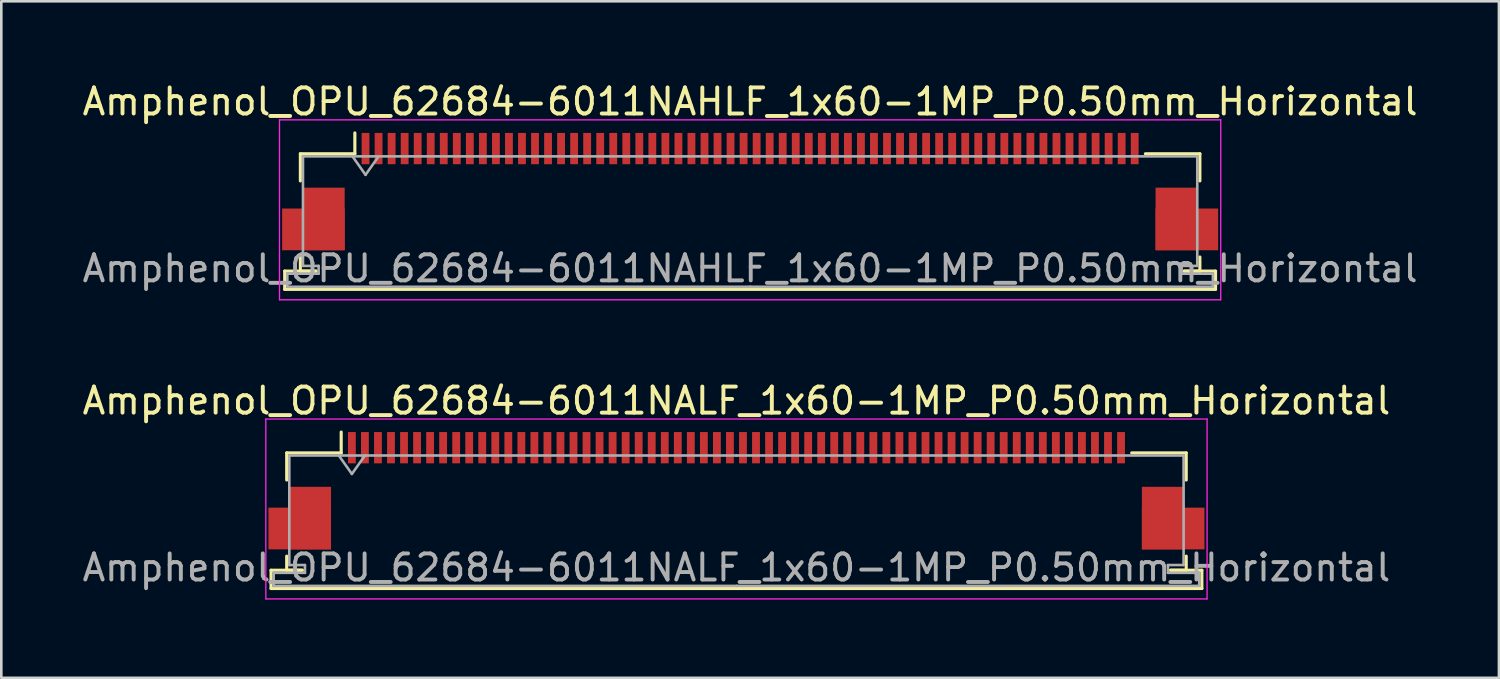
<source format=kicad_pcb>
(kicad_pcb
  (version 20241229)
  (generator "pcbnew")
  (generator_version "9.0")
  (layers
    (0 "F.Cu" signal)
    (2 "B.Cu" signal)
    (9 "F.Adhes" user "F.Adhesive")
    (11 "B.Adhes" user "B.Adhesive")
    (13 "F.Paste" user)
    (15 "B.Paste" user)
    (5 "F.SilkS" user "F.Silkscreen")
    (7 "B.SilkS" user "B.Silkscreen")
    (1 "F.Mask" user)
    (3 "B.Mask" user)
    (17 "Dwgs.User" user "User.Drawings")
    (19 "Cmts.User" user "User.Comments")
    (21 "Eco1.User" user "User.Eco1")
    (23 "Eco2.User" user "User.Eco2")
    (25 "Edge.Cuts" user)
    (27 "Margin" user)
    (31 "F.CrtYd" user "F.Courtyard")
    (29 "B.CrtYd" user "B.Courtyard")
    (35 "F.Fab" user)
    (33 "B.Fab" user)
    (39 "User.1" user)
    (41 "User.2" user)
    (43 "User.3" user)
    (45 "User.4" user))
  (footprint "Amphenol_OPU_62684-6011NALF_1x60-1MP_P0.50mm_Horizontal"
    (layer "F.Cu")
    (at 25.196 15.771)
    (property "Reference" "Amphenol_OPU_62684-6011NALF_1x60-1MP_P0.50mm_Horizontal" (at 0 -3.45 0) (layer "F.SilkS") (effects (font (size 1 1) (thickness 0.15))))
    (attr smd)
    (fp_line (start -17.85 3.05) (end -17.85 3.75) (stroke (width 0.12) (type solid)) (layer "F.SilkS"))
    (fp_line (start -17.85 3.75) (end 17.85 3.75) (stroke (width 0.12) (type solid)) (layer "F.SilkS"))
    (fp_line (start -17.25 -1.45) (end -17.25 -0.41) (stroke (width 0.12) (type solid)) (layer "F.SilkS"))
    (fp_line (start -17.25 2.51) (end -17.25 3.05) (stroke (width 0.12) (type solid)) (layer "F.SilkS"))
    (fp_line (start -17.25 3.05) (end -16.65 3.05) (stroke (width 0.12) (type solid)) (layer "F.SilkS"))
    (fp_line (start -16.65 3.05) (end -17.85 3.05) (stroke (width 0.12) (type solid)) (layer "F.SilkS"))
    (fp_line (start -15.16 -1.45) (end -17.25 -1.45) (stroke (width 0.12) (type solid)) (layer "F.SilkS"))
    (fp_line (start -15.16 -1.45) (end -15.16 -2.25) (stroke (width 0.12) (type solid)) (layer "F.SilkS"))
    (fp_line (start 15.16 -1.45) (end 17.25 -1.45) (stroke (width 0.12) (type solid)) (layer "F.SilkS"))
    (fp_line (start 16.65 3.05) (end 17.25 3.05) (stroke (width 0.12) (type solid)) (layer "F.SilkS"))
    (fp_line (start 17.25 -1.45) (end 17.25 -0.41) (stroke (width 0.12) (type solid)) (layer "F.SilkS"))
    (fp_line (start 17.25 3.05) (end 17.25 2.51) (stroke (width 0.12) (type solid)) (layer "F.SilkS"))
    (fp_line (start 17.85 3.05) (end 16.65 3.05) (stroke (width 0.12) (type solid)) (layer "F.SilkS"))
    (fp_line (start 17.85 3.75) (end 17.85 3.05) (stroke (width 0.12) (type solid)) (layer "F.SilkS"))
    (fp_line (start -18.05 -2.75) (end -18.05 4.15) (stroke (width 0.05) (type solid)) (layer "F.CrtYd"))
    (fp_line (start -18.05 4.15) (end 18.05 4.15) (stroke (width 0.05) (type solid)) (layer "F.CrtYd"))
    (fp_line (start 18.05 -2.75) (end -18.05 -2.75) (stroke (width 0.05) (type solid)) (layer "F.CrtYd"))
    (fp_line (start 18.05 4.15) (end 18.05 -2.75) (stroke (width 0.05) (type solid)) (layer "F.CrtYd"))
    (fp_line (start -17.75 3.15) (end -17.75 3.65) (stroke (width 0.1) (type solid)) (layer "F.Fab"))
    (fp_line (start -17.75 3.65) (end 0 3.65) (stroke (width 0.1) (type solid)) (layer "F.Fab"))
    (fp_line (start -17.15 -1.35) (end -17.15 2.85) (stroke (width 0.1) (type solid)) (layer "F.Fab"))
    (fp_line (start -17.15 2.85) (end -16.55 2.85) (stroke (width 0.1) (type solid)) (layer "F.Fab"))
    (fp_line (start -16.55 2.85) (end -16.55 3.15) (stroke (width 0.1) (type solid)) (layer "F.Fab"))
    (fp_line (start -16.55 3.15) (end -17.75 3.15) (stroke (width 0.1) (type solid)) (layer "F.Fab"))
    (fp_line (start -15.25 -1.35) (end -14.75 -0.643) (stroke (width 0.1) (type solid)) (layer "F.Fab"))
    (fp_line (start -14.75 -0.643) (end -14.25 -1.35) (stroke (width 0.1) (type solid)) (layer "F.Fab"))
    (fp_line (start 0 -1.35) (end -17.15 -1.35) (stroke (width 0.1) (type solid)) (layer "F.Fab"))
    (fp_line (start 0 -1.35) (end 17.15 -1.35) (stroke (width 0.1) (type solid)) (layer "F.Fab"))
    (fp_line (start 16.55 2.85) (end 16.55 3.15) (stroke (width 0.1) (type solid)) (layer "F.Fab"))
    (fp_line (start 16.55 3.15) (end 17.75 3.15) (stroke (width 0.1) (type solid)) (layer "F.Fab"))
    (fp_line (start 17.15 -1.35) (end 17.15 2.85) (stroke (width 0.1) (type solid)) (layer "F.Fab"))
    (fp_line (start 17.15 2.85) (end 16.55 2.85) (stroke (width 0.1) (type solid)) (layer "F.Fab"))
    (fp_line (start 17.75 3.15) (end 17.75 3.65) (stroke (width 0.1) (type solid)) (layer "F.Fab"))
    (fp_line (start 17.75 3.65) (end 0 3.65) (stroke (width 0.1) (type solid)) (layer "F.Fab"))
    (fp_text user "${REFERENCE}" (at 0 2.95 0) (layer "F.Fab") (effects (font (size 1 1) (thickness 0.15))))
    (pad "1" smd rect (at -14.75 -1.65) (size 0.3 1.2) (layers "F.Cu" "F.Mask" "F.Paste"))
    (pad "2" smd rect (at -14.25 -1.65) (size 0.3 1.2) (layers "F.Cu" "F.Mask" "F.Paste"))
    (pad "3" smd rect (at -13.75 -1.65) (size 0.3 1.2) (layers "F.Cu" "F.Mask" "F.Paste"))
    (pad "4" smd rect (at -13.25 -1.65) (size 0.3 1.2) (layers "F.Cu" "F.Mask" "F.Paste"))
    (pad "5" smd rect (at -12.75 -1.65) (size 0.3 1.2) (layers "F.Cu" "F.Mask" "F.Paste"))
    (pad "6" smd rect (at -12.25 -1.65) (size 0.3 1.2) (layers "F.Cu" "F.Mask" "F.Paste"))
    (pad "7" smd rect (at -11.75 -1.65) (size 0.3 1.2) (layers "F.Cu" "F.Mask" "F.Paste"))
    (pad "8" smd rect (at -11.25 -1.65) (size 0.3 1.2) (layers "F.Cu" "F.Mask" "F.Paste"))
    (pad "9" smd rect (at -10.75 -1.65) (size 0.3 1.2) (layers "F.Cu" "F.Mask" "F.Paste"))
    (pad "10" smd rect (at -10.25 -1.65) (size 0.3 1.2) (layers "F.Cu" "F.Mask" "F.Paste"))
    (pad "11" smd rect (at -9.75 -1.65) (size 0.3 1.2) (layers "F.Cu" "F.Mask" "F.Paste"))
    (pad "12" smd rect (at -9.25 -1.65) (size 0.3 1.2) (layers "F.Cu" "F.Mask" "F.Paste"))
    (pad "13" smd rect (at -8.75 -1.65) (size 0.3 1.2) (layers "F.Cu" "F.Mask" "F.Paste"))
    (pad "14" smd rect (at -8.25 -1.65) (size 0.3 1.2) (layers "F.Cu" "F.Mask" "F.Paste"))
    (pad "15" smd rect (at -7.75 -1.65) (size 0.3 1.2) (layers "F.Cu" "F.Mask" "F.Paste"))
    (pad "16" smd rect (at -7.25 -1.65) (size 0.3 1.2) (layers "F.Cu" "F.Mask" "F.Paste"))
    (pad "17" smd rect (at -6.75 -1.65) (size 0.3 1.2) (layers "F.Cu" "F.Mask" "F.Paste"))
    (pad "18" smd rect (at -6.25 -1.65) (size 0.3 1.2) (layers "F.Cu" "F.Mask" "F.Paste"))
    (pad "19" smd rect (at -5.75 -1.65) (size 0.3 1.2) (layers "F.Cu" "F.Mask" "F.Paste"))
    (pad "20" smd rect (at -5.25 -1.65) (size 0.3 1.2) (layers "F.Cu" "F.Mask" "F.Paste"))
    (pad "21" smd rect (at -4.75 -1.65) (size 0.3 1.2) (layers "F.Cu" "F.Mask" "F.Paste"))
    (pad "22" smd rect (at -4.25 -1.65) (size 0.3 1.2) (layers "F.Cu" "F.Mask" "F.Paste"))
    (pad "23" smd rect (at -3.75 -1.65) (size 0.3 1.2) (layers "F.Cu" "F.Mask" "F.Paste"))
    (pad "24" smd rect (at -3.25 -1.65) (size 0.3 1.2) (layers "F.Cu" "F.Mask" "F.Paste"))
    (pad "25" smd rect (at -2.75 -1.65) (size 0.3 1.2) (layers "F.Cu" "F.Mask" "F.Paste"))
    (pad "26" smd rect (at -2.25 -1.65) (size 0.3 1.2) (layers "F.Cu" "F.Mask" "F.Paste"))
    (pad "27" smd rect (at -1.75 -1.65) (size 0.3 1.2) (layers "F.Cu" "F.Mask" "F.Paste"))
    (pad "28" smd rect (at -1.25 -1.65) (size 0.3 1.2) (layers "F.Cu" "F.Mask" "F.Paste"))
    (pad "29" smd rect (at -0.75 -1.65) (size 0.3 1.2) (layers "F.Cu" "F.Mask" "F.Paste"))
    (pad "30" smd rect (at -0.25 -1.65) (size 0.3 1.2) (layers "F.Cu" "F.Mask" "F.Paste"))
    (pad "31" smd rect (at 0.25 -1.65) (size 0.3 1.2) (layers "F.Cu" "F.Mask" "F.Paste"))
    (pad "32" smd rect (at 0.75 -1.65) (size 0.3 1.2) (layers "F.Cu" "F.Mask" "F.Paste"))
    (pad "33" smd rect (at 1.25 -1.65) (size 0.3 1.2) (layers "F.Cu" "F.Mask" "F.Paste"))
    (pad "34" smd rect (at 1.75 -1.65) (size 0.3 1.2) (layers "F.Cu" "F.Mask" "F.Paste"))
    (pad "35" smd rect (at 2.25 -1.65) (size 0.3 1.2) (layers "F.Cu" "F.Mask" "F.Paste"))
    (pad "36" smd rect (at 2.75 -1.65) (size 0.3 1.2) (layers "F.Cu" "F.Mask" "F.Paste"))
    (pad "37" smd rect (at 3.25 -1.65) (size 0.3 1.2) (layers "F.Cu" "F.Mask" "F.Paste"))
    (pad "38" smd rect (at 3.75 -1.65) (size 0.3 1.2) (layers "F.Cu" "F.Mask" "F.Paste"))
    (pad "39" smd rect (at 4.25 -1.65) (size 0.3 1.2) (layers "F.Cu" "F.Mask" "F.Paste"))
    (pad "40" smd rect (at 4.75 -1.65) (size 0.3 1.2) (layers "F.Cu" "F.Mask" "F.Paste"))
    (pad "41" smd rect (at 5.25 -1.65) (size 0.3 1.2) (layers "F.Cu" "F.Mask" "F.Paste"))
    (pad "42" smd rect (at 5.75 -1.65) (size 0.3 1.2) (layers "F.Cu" "F.Mask" "F.Paste"))
    (pad "43" smd rect (at 6.25 -1.65) (size 0.3 1.2) (layers "F.Cu" "F.Mask" "F.Paste"))
    (pad "44" smd rect (at 6.75 -1.65) (size 0.3 1.2) (layers "F.Cu" "F.Mask" "F.Paste"))
    (pad "45" smd rect (at 7.25 -1.65) (size 0.3 1.2) (layers "F.Cu" "F.Mask" "F.Paste"))
    (pad "46" smd rect (at 7.75 -1.65) (size 0.3 1.2) (layers "F.Cu" "F.Mask" "F.Paste"))
    (pad "47" smd rect (at 8.25 -1.65) (size 0.3 1.2) (layers "F.Cu" "F.Mask" "F.Paste"))
    (pad "48" smd rect (at 8.75 -1.65) (size 0.3 1.2) (layers "F.Cu" "F.Mask" "F.Paste"))
    (pad "49" smd rect (at 9.25 -1.65) (size 0.3 1.2) (layers "F.Cu" "F.Mask" "F.Paste"))
    (pad "50" smd rect (at 9.75 -1.65) (size 0.3 1.2) (layers "F.Cu" "F.Mask" "F.Paste"))
    (pad "51" smd rect (at 10.25 -1.65) (size 0.3 1.2) (layers "F.Cu" "F.Mask" "F.Paste"))
    (pad "52" smd rect (at 10.75 -1.65) (size 0.3 1.2) (layers "F.Cu" "F.Mask" "F.Paste"))
    (pad "53" smd rect (at 11.25 -1.65) (size 0.3 1.2) (layers "F.Cu" "F.Mask" "F.Paste"))
    (pad "54" smd rect (at 11.75 -1.65) (size 0.3 1.2) (layers "F.Cu" "F.Mask" "F.Paste"))
    (pad "55" smd rect (at 12.25 -1.65) (size 0.3 1.2) (layers "F.Cu" "F.Mask" "F.Paste"))
    (pad "56" smd rect (at 12.75 -1.65) (size 0.3 1.2) (layers "F.Cu" "F.Mask" "F.Paste"))
    (pad "57" smd rect (at 13.25 -1.65) (size 0.3 1.2) (layers "F.Cu" "F.Mask" "F.Paste"))
    (pad "58" smd rect (at 13.75 -1.65) (size 0.3 1.2) (layers "F.Cu" "F.Mask" "F.Paste"))
    (pad "59" smd rect (at 14.25 -1.65) (size 0.3 1.2) (layers "F.Cu" "F.Mask" "F.Paste"))
    (pad "60" smd rect (at 14.75 -1.65) (size 0.3 1.2) (layers "F.Cu" "F.Mask" "F.Paste"))
    (pad "MP" smd rect (at -16.75 1.45) (size 2.4 1.6) (layers "F.Cu" "F.Mask" "F.Paste"))
    (pad "MP" smd rect (at -16.35 1.05) (size 1.6 2.4) (layers "F.Cu" "F.Mask" "F.Paste"))
    (pad "MP" smd rect (at 16.35 1.05) (size 1.6 2.4) (layers "F.Cu" "F.Mask" "F.Paste"))
    (pad "MP" smd rect (at 16.75 1.45) (size 2.4 1.6) (layers "F.Cu" "F.Mask" "F.Paste")))
  (footprint "Amphenol_OPU_62684-6011NAHLF_1x60-1MP_P0.50mm_Horizontal"
    (layer "F.Cu")
    (at 25.72 4.298)
    (property "Reference" "Amphenol_OPU_62684-6011NAHLF_1x60-1MP_P0.50mm_Horizontal" (at 0 -3.45 0) (layer "F.SilkS") (effects (font (size 1 1) (thickness 0.15))))
    (attr smd)
    (fp_line (start -17.85 3.05) (end -17.85 3.75) (stroke (width 0.12) (type solid)) (layer "F.SilkS"))
    (fp_line (start -17.85 3.75) (end 17.85 3.75) (stroke (width 0.12) (type solid)) (layer "F.SilkS"))
    (fp_line (start -17.25 -1.45) (end -17.25 -0.41) (stroke (width 0.12) (type solid)) (layer "F.SilkS"))
    (fp_line (start -17.25 2.51) (end -17.25 3.05) (stroke (width 0.12) (type solid)) (layer "F.SilkS"))
    (fp_line (start -17.25 3.05) (end -16.65 3.05) (stroke (width 0.12) (type solid)) (layer "F.SilkS"))
    (fp_line (start -16.65 3.05) (end -17.85 3.05) (stroke (width 0.12) (type solid)) (layer "F.SilkS"))
    (fp_line (start -15.16 -1.45) (end -17.25 -1.45) (stroke (width 0.12) (type solid)) (layer "F.SilkS"))
    (fp_line (start -15.16 -1.45) (end -15.16 -2.25) (stroke (width 0.12) (type solid)) (layer "F.SilkS"))
    (fp_line (start 15.16 -1.45) (end 17.25 -1.45) (stroke (width 0.12) (type solid)) (layer "F.SilkS"))
    (fp_line (start 16.65 3.05) (end 17.25 3.05) (stroke (width 0.12) (type solid)) (layer "F.SilkS"))
    (fp_line (start 17.25 -1.45) (end 17.25 -0.41) (stroke (width 0.12) (type solid)) (layer "F.SilkS"))
    (fp_line (start 17.25 3.05) (end 17.25 2.51) (stroke (width 0.12) (type solid)) (layer "F.SilkS"))
    (fp_line (start 17.85 3.05) (end 16.65 3.05) (stroke (width 0.12) (type solid)) (layer "F.SilkS"))
    (fp_line (start 17.85 3.75) (end 17.85 3.05) (stroke (width 0.12) (type solid)) (layer "F.SilkS"))
    (fp_line (start -18.05 -2.75) (end -18.05 4.15) (stroke (width 0.05) (type solid)) (layer "F.CrtYd"))
    (fp_line (start -18.05 4.15) (end 18.05 4.15) (stroke (width 0.05) (type solid)) (layer "F.CrtYd"))
    (fp_line (start 18.05 -2.75) (end -18.05 -2.75) (stroke (width 0.05) (type solid)) (layer "F.CrtYd"))
    (fp_line (start 18.05 4.15) (end 18.05 -2.75) (stroke (width 0.05) (type solid)) (layer "F.CrtYd"))
    (fp_line (start -17.75 3.15) (end -17.75 3.65) (stroke (width 0.1) (type solid)) (layer "F.Fab"))
    (fp_line (start -17.75 3.65) (end 0 3.65) (stroke (width 0.1) (type solid)) (layer "F.Fab"))
    (fp_line (start -17.15 -1.35) (end -17.15 2.85) (stroke (width 0.1) (type solid)) (layer "F.Fab"))
    (fp_line (start -17.15 2.85) (end -16.55 2.85) (stroke (width 0.1) (type solid)) (layer "F.Fab"))
    (fp_line (start -16.55 2.85) (end -16.55 3.15) (stroke (width 0.1) (type solid)) (layer "F.Fab"))
    (fp_line (start -16.55 3.15) (end -17.75 3.15) (stroke (width 0.1) (type solid)) (layer "F.Fab"))
    (fp_line (start -15.25 -1.35) (end -14.75 -0.643) (stroke (width 0.1) (type solid)) (layer "F.Fab"))
    (fp_line (start -14.75 -0.643) (end -14.25 -1.35) (stroke (width 0.1) (type solid)) (layer "F.Fab"))
    (fp_line (start 0 -1.35) (end -17.15 -1.35) (stroke (width 0.1) (type solid)) (layer "F.Fab"))
    (fp_line (start 0 -1.35) (end 17.15 -1.35) (stroke (width 0.1) (type solid)) (layer "F.Fab"))
    (fp_line (start 16.55 2.85) (end 16.55 3.15) (stroke (width 0.1) (type solid)) (layer "F.Fab"))
    (fp_line (start 16.55 3.15) (end 17.75 3.15) (stroke (width 0.1) (type solid)) (layer "F.Fab"))
    (fp_line (start 17.15 -1.35) (end 17.15 2.85) (stroke (width 0.1) (type solid)) (layer "F.Fab"))
    (fp_line (start 17.15 2.85) (end 16.55 2.85) (stroke (width 0.1) (type solid)) (layer "F.Fab"))
    (fp_line (start 17.75 3.15) (end 17.75 3.65) (stroke (width 0.1) (type solid)) (layer "F.Fab"))
    (fp_line (start 17.75 3.65) (end 0 3.65) (stroke (width 0.1) (type solid)) (layer "F.Fab"))
    (fp_text user "${REFERENCE}" (at 0 2.95 0) (layer "F.Fab") (effects (font (size 1 1) (thickness 0.15))))
    (pad "1" smd rect (at -14.75 -1.65) (size 0.3 1.2) (layers "F.Cu" "F.Mask" "F.Paste"))
    (pad "2" smd rect (at -14.25 -1.65) (size 0.3 1.2) (layers "F.Cu" "F.Mask" "F.Paste"))
    (pad "3" smd rect (at -13.75 -1.65) (size 0.3 1.2) (layers "F.Cu" "F.Mask" "F.Paste"))
    (pad "4" smd rect (at -13.25 -1.65) (size 0.3 1.2) (layers "F.Cu" "F.Mask" "F.Paste"))
    (pad "5" smd rect (at -12.75 -1.65) (size 0.3 1.2) (layers "F.Cu" "F.Mask" "F.Paste"))
    (pad "6" smd rect (at -12.25 -1.65) (size 0.3 1.2) (layers "F.Cu" "F.Mask" "F.Paste"))
    (pad "7" smd rect (at -11.75 -1.65) (size 0.3 1.2) (layers "F.Cu" "F.Mask" "F.Paste"))
    (pad "8" smd rect (at -11.25 -1.65) (size 0.3 1.2) (layers "F.Cu" "F.Mask" "F.Paste"))
    (pad "9" smd rect (at -10.75 -1.65) (size 0.3 1.2) (layers "F.Cu" "F.Mask" "F.Paste"))
    (pad "10" smd rect (at -10.25 -1.65) (size 0.3 1.2) (layers "F.Cu" "F.Mask" "F.Paste"))
    (pad "11" smd rect (at -9.75 -1.65) (size 0.3 1.2) (layers "F.Cu" "F.Mask" "F.Paste"))
    (pad "12" smd rect (at -9.25 -1.65) (size 0.3 1.2) (layers "F.Cu" "F.Mask" "F.Paste"))
    (pad "13" smd rect (at -8.75 -1.65) (size 0.3 1.2) (layers "F.Cu" "F.Mask" "F.Paste"))
    (pad "14" smd rect (at -8.25 -1.65) (size 0.3 1.2) (layers "F.Cu" "F.Mask" "F.Paste"))
    (pad "15" smd rect (at -7.75 -1.65) (size 0.3 1.2) (layers "F.Cu" "F.Mask" "F.Paste"))
    (pad "16" smd rect (at -7.25 -1.65) (size 0.3 1.2) (layers "F.Cu" "F.Mask" "F.Paste"))
    (pad "17" smd rect (at -6.75 -1.65) (size 0.3 1.2) (layers "F.Cu" "F.Mask" "F.Paste"))
    (pad "18" smd rect (at -6.25 -1.65) (size 0.3 1.2) (layers "F.Cu" "F.Mask" "F.Paste"))
    (pad "19" smd rect (at -5.75 -1.65) (size 0.3 1.2) (layers "F.Cu" "F.Mask" "F.Paste"))
    (pad "20" smd rect (at -5.25 -1.65) (size 0.3 1.2) (layers "F.Cu" "F.Mask" "F.Paste"))
    (pad "21" smd rect (at -4.75 -1.65) (size 0.3 1.2) (layers "F.Cu" "F.Mask" "F.Paste"))
    (pad "22" smd rect (at -4.25 -1.65) (size 0.3 1.2) (layers "F.Cu" "F.Mask" "F.Paste"))
    (pad "23" smd rect (at -3.75 -1.65) (size 0.3 1.2) (layers "F.Cu" "F.Mask" "F.Paste"))
    (pad "24" smd rect (at -3.25 -1.65) (size 0.3 1.2) (layers "F.Cu" "F.Mask" "F.Paste"))
    (pad "25" smd rect (at -2.75 -1.65) (size 0.3 1.2) (layers "F.Cu" "F.Mask" "F.Paste"))
    (pad "26" smd rect (at -2.25 -1.65) (size 0.3 1.2) (layers "F.Cu" "F.Mask" "F.Paste"))
    (pad "27" smd rect (at -1.75 -1.65) (size 0.3 1.2) (layers "F.Cu" "F.Mask" "F.Paste"))
    (pad "28" smd rect (at -1.25 -1.65) (size 0.3 1.2) (layers "F.Cu" "F.Mask" "F.Paste"))
    (pad "29" smd rect (at -0.75 -1.65) (size 0.3 1.2) (layers "F.Cu" "F.Mask" "F.Paste"))
    (pad "30" smd rect (at -0.25 -1.65) (size 0.3 1.2) (layers "F.Cu" "F.Mask" "F.Paste"))
    (pad "31" smd rect (at 0.25 -1.65) (size 0.3 1.2) (layers "F.Cu" "F.Mask" "F.Paste"))
    (pad "32" smd rect (at 0.75 -1.65) (size 0.3 1.2) (layers "F.Cu" "F.Mask" "F.Paste"))
    (pad "33" smd rect (at 1.25 -1.65) (size 0.3 1.2) (layers "F.Cu" "F.Mask" "F.Paste"))
    (pad "34" smd rect (at 1.75 -1.65) (size 0.3 1.2) (layers "F.Cu" "F.Mask" "F.Paste"))
    (pad "35" smd rect (at 2.25 -1.65) (size 0.3 1.2) (layers "F.Cu" "F.Mask" "F.Paste"))
    (pad "36" smd rect (at 2.75 -1.65) (size 0.3 1.2) (layers "F.Cu" "F.Mask" "F.Paste"))
    (pad "37" smd rect (at 3.25 -1.65) (size 0.3 1.2) (layers "F.Cu" "F.Mask" "F.Paste"))
    (pad "38" smd rect (at 3.75 -1.65) (size 0.3 1.2) (layers "F.Cu" "F.Mask" "F.Paste"))
    (pad "39" smd rect (at 4.25 -1.65) (size 0.3 1.2) (layers "F.Cu" "F.Mask" "F.Paste"))
    (pad "40" smd rect (at 4.75 -1.65) (size 0.3 1.2) (layers "F.Cu" "F.Mask" "F.Paste"))
    (pad "41" smd rect (at 5.25 -1.65) (size 0.3 1.2) (layers "F.Cu" "F.Mask" "F.Paste"))
    (pad "42" smd rect (at 5.75 -1.65) (size 0.3 1.2) (layers "F.Cu" "F.Mask" "F.Paste"))
    (pad "43" smd rect (at 6.25 -1.65) (size 0.3 1.2) (layers "F.Cu" "F.Mask" "F.Paste"))
    (pad "44" smd rect (at 6.75 -1.65) (size 0.3 1.2) (layers "F.Cu" "F.Mask" "F.Paste"))
    (pad "45" smd rect (at 7.25 -1.65) (size 0.3 1.2) (layers "F.Cu" "F.Mask" "F.Paste"))
    (pad "46" smd rect (at 7.75 -1.65) (size 0.3 1.2) (layers "F.Cu" "F.Mask" "F.Paste"))
    (pad "47" smd rect (at 8.25 -1.65) (size 0.3 1.2) (layers "F.Cu" "F.Mask" "F.Paste"))
    (pad "48" smd rect (at 8.75 -1.65) (size 0.3 1.2) (layers "F.Cu" "F.Mask" "F.Paste"))
    (pad "49" smd rect (at 9.25 -1.65) (size 0.3 1.2) (layers "F.Cu" "F.Mask" "F.Paste"))
    (pad "50" smd rect (at 9.75 -1.65) (size 0.3 1.2) (layers "F.Cu" "F.Mask" "F.Paste"))
    (pad "51" smd rect (at 10.25 -1.65) (size 0.3 1.2) (layers "F.Cu" "F.Mask" "F.Paste"))
    (pad "52" smd rect (at 10.75 -1.65) (size 0.3 1.2) (layers "F.Cu" "F.Mask" "F.Paste"))
    (pad "53" smd rect (at 11.25 -1.65) (size 0.3 1.2) (layers "F.Cu" "F.Mask" "F.Paste"))
    (pad "54" smd rect (at 11.75 -1.65) (size 0.3 1.2) (layers "F.Cu" "F.Mask" "F.Paste"))
    (pad "55" smd rect (at 12.25 -1.65) (size 0.3 1.2) (layers "F.Cu" "F.Mask" "F.Paste"))
    (pad "56" smd rect (at 12.75 -1.65) (size 0.3 1.2) (layers "F.Cu" "F.Mask" "F.Paste"))
    (pad "57" smd rect (at 13.25 -1.65) (size 0.3 1.2) (layers "F.Cu" "F.Mask" "F.Paste"))
    (pad "58" smd rect (at 13.75 -1.65) (size 0.3 1.2) (layers "F.Cu" "F.Mask" "F.Paste"))
    (pad "59" smd rect (at 14.25 -1.65) (size 0.3 1.2) (layers "F.Cu" "F.Mask" "F.Paste"))
    (pad "60" smd rect (at 14.75 -1.65) (size 0.3 1.2) (layers "F.Cu" "F.Mask" "F.Paste"))
    (pad "MP" smd rect (at -16.75 1.45) (size 2.4 1.6) (layers "F.Cu" "F.Mask" "F.Paste"))
    (pad "MP" smd rect (at -16.35 1.05) (size 1.6 2.4) (layers "F.Cu" "F.Mask" "F.Paste"))
    (pad "MP" smd rect (at 16.35 1.05) (size 1.6 2.4) (layers "F.Cu" "F.Mask" "F.Paste"))
    (pad "MP" smd rect (at 16.75 1.45) (size 2.4 1.6) (layers "F.Cu" "F.Mask" "F.Paste")))
  (gr_rect
    (start -3 -3)
    (end 54.44 22.947)
    (stroke (width 0.1) (type default))
    (fill no)
    (layer "Edge.Cuts")))
</source>
